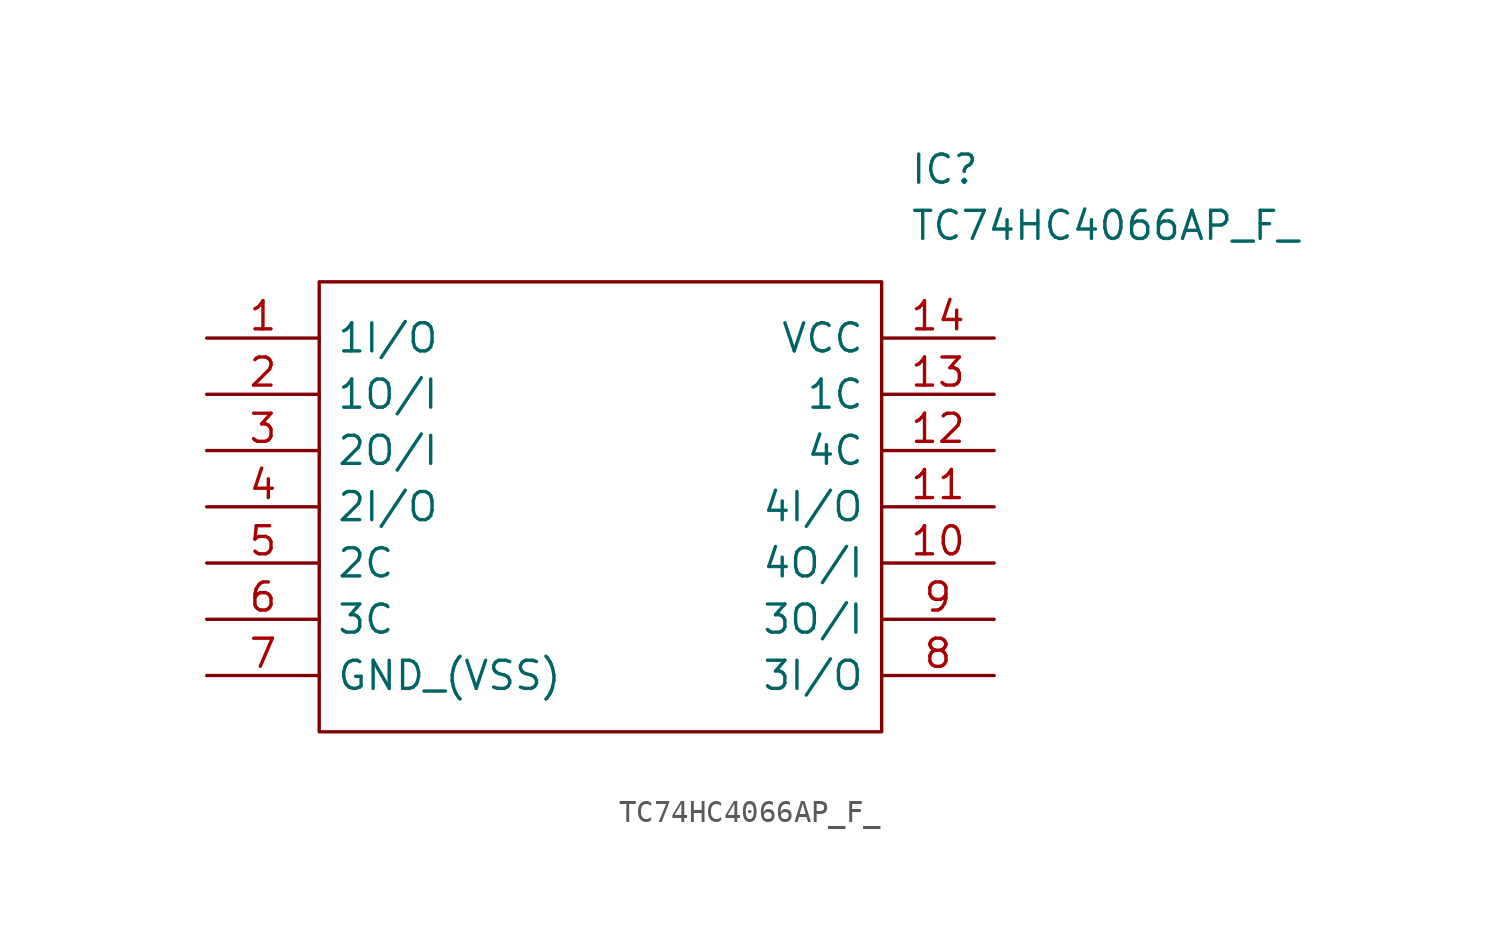
<source format=kicad_sym>
(kicad_symbol_lib
  (version 20211014)
  (generator kicad_symbol_editor)
  (symbol "TC74HC4066AP_F_"
    (pin_names
      (offset 0.762))
    (property "Reference" "IC"
      (at 31.75 7.62 0)
      (effects (font (size 1.27 1.27)) (justify left)))
    (property "Value" "TC74HC4066AP_F_"
      (at 31.75 5.08 0)
      (effects (font (size 1.27 1.27)) (justify left)))
    (symbol "TC74HC4066AP_F__0_0"
      (pin bidirectional line (at 0 0 0) (length 5.08) (name "1I/O" (effects (font (size 1.27 1.27)))) (number "1" (effects (font (size 1.27 1.27)))))
      (pin bidirectional line (at 35.56 -10.16 180) (length 5.08) (name "4O/I" (effects (font (size 1.27 1.27)))) (number "10" (effects (font (size 1.27 1.27)))))
      (pin bidirectional line (at 35.56 -7.62 180) (length 5.08) (name "4I/O" (effects (font (size 1.27 1.27)))) (number "11" (effects (font (size 1.27 1.27)))))
      (pin input line (at 35.56 -5.08 180) (length 5.08) (name "4C" (effects (font (size 1.27 1.27)))) (number "12" (effects (font (size 1.27 1.27)))))
      (pin input line (at 35.56 -2.54 180) (length 5.08) (name "1C" (effects (font (size 1.27 1.27)))) (number "13" (effects (font (size 1.27 1.27)))))
      (pin power_in line (at 35.56 0 180) (length 5.08) (name "VCC" (effects (font (size 1.27 1.27)))) (number "14" (effects (font (size 1.27 1.27)))))
      (pin bidirectional line (at 0 -2.54 0) (length 5.08) (name "1O/I" (effects (font (size 1.27 1.27)))) (number "2" (effects (font (size 1.27 1.27)))))
      (pin bidirectional line (at 0 -5.08 0) (length 5.08) (name "2O/I" (effects (font (size 1.27 1.27)))) (number "3" (effects (font (size 1.27 1.27)))))
      (pin bidirectional line (at 0 -7.62 0) (length 5.08) (name "2I/O" (effects (font (size 1.27 1.27)))) (number "4" (effects (font (size 1.27 1.27)))))
      (pin input line (at 0 -10.16 0) (length 5.08) (name "2C" (effects (font (size 1.27 1.27)))) (number "5" (effects (font (size 1.27 1.27)))))
      (pin input line (at 0 -12.7 0) (length 5.08) (name "3C" (effects (font (size 1.27 1.27)))) (number "6" (effects (font (size 1.27 1.27)))))
      (pin power_in line (at 0 -15.24 0) (length 5.08) (name "GND_(VSS)" (effects (font (size 1.27 1.27)))) (number "7" (effects (font (size 1.27 1.27)))))
      (pin bidirectional line (at 35.56 -15.24 180) (length 5.08) (name "3I/O" (effects (font (size 1.27 1.27)))) (number "8" (effects (font (size 1.27 1.27)))))
      (pin bidirectional line (at 35.56 -12.7 180) (length 5.08) (name "3O/I" (effects (font (size 1.27 1.27)))) (number "9" (effects (font (size 1.27 1.27))))))
    (symbol "TC74HC4066AP_F__0_1"
      (polyline (pts (xy 5.08 2.54) (xy 30.48 2.54) (xy 30.48 -17.78) (xy 5.08 -17.78) (xy 5.08 2.54)) (stroke (width 0.152) (type default) (color 0 0 0 0)) (fill (type none))))))
</source>
